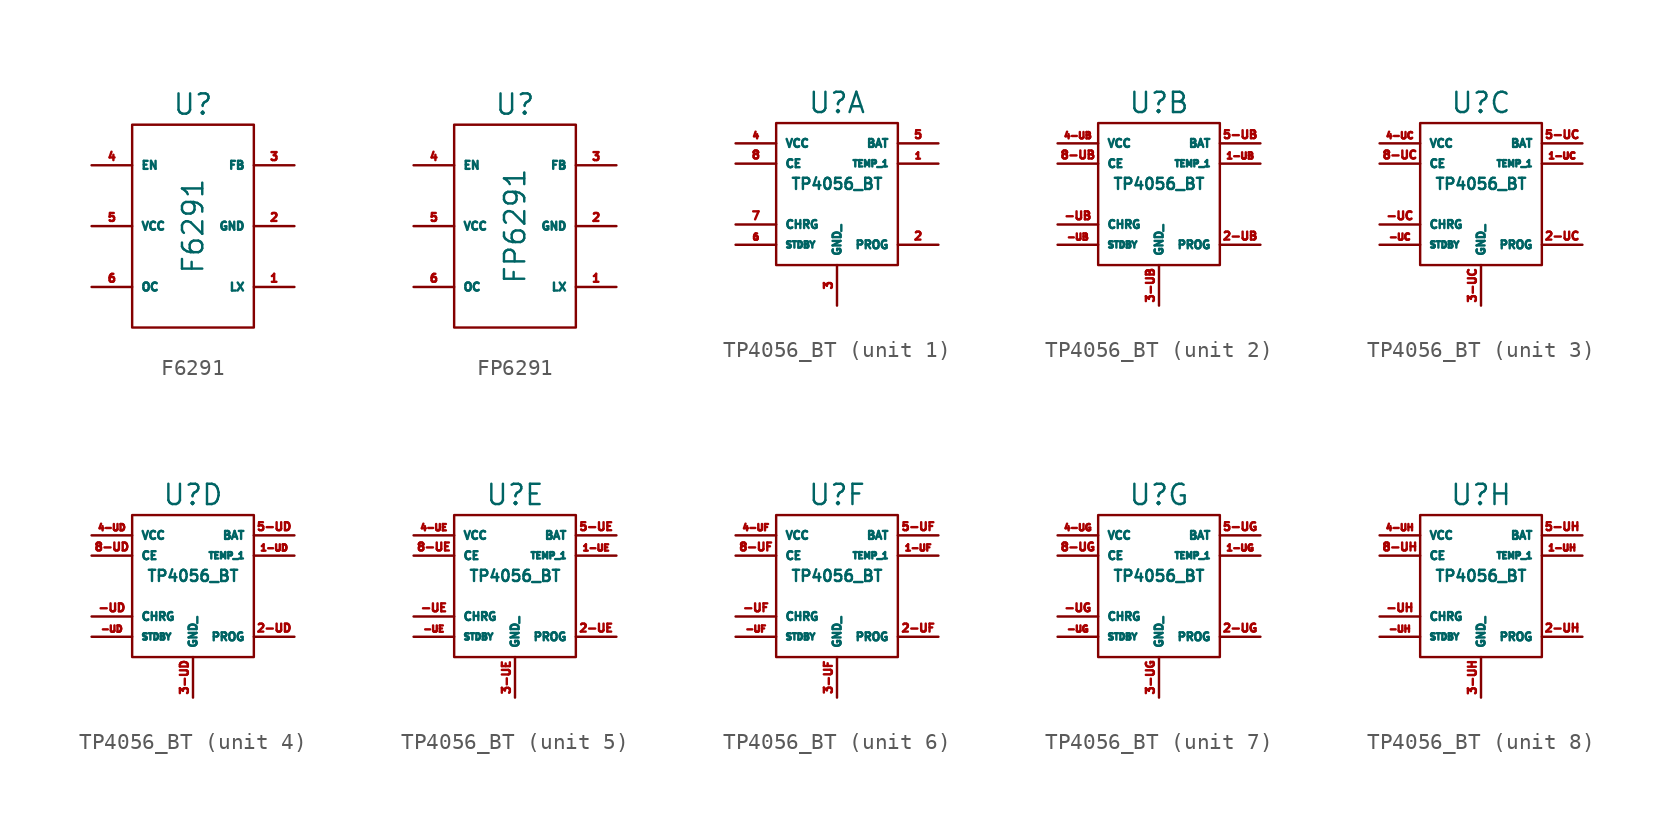
<source format=kicad_sym>
(kicad_symbol_lib
  (version 20210619)
  (generator kicad_symbol_editor)
  (symbol "TP4056:F6291"
    (property "Reference" "U"
      (at 0 7.62 0)
      (effects (font (size 1.27 1.27))))
    (property "Value" "F6291"
      (at 0 0 90)
      (effects (font (size 1.27 1.27))))
    (symbol "F6291_0_1"
      (rectangle (start -3.81 6.35) (end 3.81 -6.35) (stroke (width 0.152)) (fill (type none))))
    (symbol "F6291_1_0"
      (pin output line (at 6.35 -3.81 180) (length 2.54) (name "LX" (effects (font (size 0.5 0.5)))) (number "1" (effects (font (size 0.5 0.5)))))
      (pin output line (at 6.35 0 180) (length 2.54) (name "GND" (effects (font (size 0.5 0.5)))) (number "2" (effects (font (size 0.5 0.5)))))
      (pin input line (at 6.35 3.81 180) (length 2.54) (name "FB" (effects (font (size 0.5 0.5)))) (number "3" (effects (font (size 0.5 0.5)))))
      (pin input line (at -6.35 3.81 0) (length 2.54) (name "EN" (effects (font (size 0.5 0.5)))) (number "4" (effects (font (size 0.5 0.5)))))
      (pin input line (at -6.35 0 0) (length 2.54) (name "VCC" (effects (font (size 0.5 0.5)))) (number "5" (effects (font (size 0.5 0.5)))))
      (pin input line (at -6.35 -3.81 0) (length 2.54) (name "OC" (effects (font (size 0.5 0.5)))) (number "6" (effects (font (size 0.5 0.5)))))))
  (symbol "TP4056:FP6291"
    (property "Reference" "U"
      (at 0 7.62 0)
      (effects (font (size 1.27 1.27))))
    (property "Value" "FP6291"
      (at 0 0 90)
      (effects (font (size 1.27 1.27))))
    (symbol "FP6291_0_1"
      (rectangle (start -3.81 6.35) (end 3.81 -6.35) (stroke (width 0.152)) (fill (type none))))
    (symbol "FP6291_1_0"
      (pin output line (at 6.35 -3.81 180) (length 2.54) (name "LX" (effects (font (size 0.5 0.5)))) (number "1" (effects (font (size 0.5 0.5)))))
      (pin output line (at 6.35 0 180) (length 2.54) (name "GND" (effects (font (size 0.5 0.5)))) (number "2" (effects (font (size 0.5 0.5)))))
      (pin input line (at 6.35 3.81 180) (length 2.54) (name "FB" (effects (font (size 0.5 0.5)))) (number "3" (effects (font (size 0.5 0.5)))))
      (pin input line (at -6.35 3.81 0) (length 2.54) (name "EN" (effects (font (size 0.5 0.5)))) (number "4" (effects (font (size 0.5 0.5)))))
      (pin input line (at -6.35 0 0) (length 2.54) (name "VCC" (effects (font (size 0.5 0.5)))) (number "5" (effects (font (size 0.5 0.5)))))
      (pin input line (at -6.35 -3.81 0) (length 2.54) (name "OC" (effects (font (size 0.5 0.5)))) (number "6" (effects (font (size 0.5 0.5)))))))
  (symbol "TP4056:TP4056_BT"
    (property "Reference" "U"
      (at 0 6.35 0)
      (effects (font (size 1.27 1.27))))
    (property "Value" "TP4056_BT"
      (at 0 1.27 0)
      (effects (font (size 0.7 0.7))))
    (symbol "TP4056_BT_0_1"
      (rectangle (start -3.81 5.08) (end 3.81 -3.81) (stroke (width 0.152)) (fill (type none)))
      (rectangle (start -2.54 2.54) (end -2.54 2.54) (stroke (width 0.152)) (fill (type none))))
    (symbol "TP4056_BT_1_0"
      (pin input line (at 6.35 -2.54 180) (length 2.54) (name "PROG" (effects (font (size 0.5 0.5)))) (number "2" (effects (font (size 0.5 0.5)))))
      (pin output line (at 0 -6.35 90) (length 2.54) (name "GND_" (effects (font (size 0.5 0.5)))) (number "3" (effects (font (size 0.5 0.5)))))
      (pin output line (at 6.35 3.81 180) (length 2.54) (name "BAT" (effects (font (size 0.5 0.5)))) (number "5" (effects (font (size 0.5 0.5)))))
      (pin output line (at -6.35 -1.27 0) (length 2.54) (name "CHRG" (effects (font (size 0.5 0.5)))) (number "7" (effects (font (size 0.5 0.5)))))
      (pin input line (at -6.35 2.54 0) (length 2.54) (name "CE" (effects (font (size 0.5 0.5)))) (number "8" (effects (font (size 0.5 0.5))))))
    (symbol "TP4056_BT_1_1"
      (pin input line (at 6.35 2.54 180) (length 2.54) (name "TEMP_1" (effects (font (size 0.4 0.4)))) (number "1" (effects (font (size 0.4 0.4)))))
      (pin input line (at -6.35 3.81 0) (length 2.54) (name "VCC" (effects (font (size 0.5 0.5)))) (number "4" (effects (font (size 0.4 0.4)))))
      (pin output line (at -6.35 -2.54 0) (length 2.54) (name "STDBY" (effects (font (size 0.4 0.4)))) (number "6" (effects (font (size 0.4 0.4))))))
    (symbol "TP4056_BT_2_0"
      (pin output line (at -6.35 -1.27 0) (length 2.54) (name "CHRG" (effects (font (size 0.5 0.5)))) (number "-UB" (effects (font (size 0.5 0.5)))))
      (pin input line (at 6.35 -2.54 180) (length 2.54) (name "PROG" (effects (font (size 0.5 0.5)))) (number "2-UB" (effects (font (size 0.5 0.5)))))
      (pin output line (at 0 -6.35 90) (length 2.54) (name "GND_" (effects (font (size 0.5 0.5)))) (number "3-UB" (effects (font (size 0.5 0.5)))))
      (pin output line (at 6.35 3.81 180) (length 2.54) (name "BAT" (effects (font (size 0.5 0.5)))) (number "5-UB" (effects (font (size 0.5 0.5)))))
      (pin input line (at -6.35 2.54 0) (length 2.54) (name "CE" (effects (font (size 0.5 0.5)))) (number "8-UB" (effects (font (size 0.5 0.5))))))
    (symbol "TP4056_BT_2_1"
      (pin output line (at -6.35 -2.54 0) (length 2.54) (name "STDBY" (effects (font (size 0.4 0.4)))) (number "-UB" (effects (font (size 0.4 0.4)))))
      (pin input line (at 6.35 2.54 180) (length 2.54) (name "TEMP_1" (effects (font (size 0.4 0.4)))) (number "1-UB" (effects (font (size 0.4 0.4)))))
      (pin input line (at -6.35 3.81 0) (length 2.54) (name "VCC" (effects (font (size 0.5 0.5)))) (number "4-UB" (effects (font (size 0.4 0.4))))))
    (symbol "TP4056_BT_3_0"
      (pin output line (at -6.35 -1.27 0) (length 2.54) (name "CHRG" (effects (font (size 0.5 0.5)))) (number "-UC" (effects (font (size 0.5 0.5)))))
      (pin input line (at 6.35 -2.54 180) (length 2.54) (name "PROG" (effects (font (size 0.5 0.5)))) (number "2-UC" (effects (font (size 0.5 0.5)))))
      (pin output line (at 0 -6.35 90) (length 2.54) (name "GND_" (effects (font (size 0.5 0.5)))) (number "3-UC" (effects (font (size 0.5 0.5)))))
      (pin output line (at 6.35 3.81 180) (length 2.54) (name "BAT" (effects (font (size 0.5 0.5)))) (number "5-UC" (effects (font (size 0.5 0.5)))))
      (pin input line (at -6.35 2.54 0) (length 2.54) (name "CE" (effects (font (size 0.5 0.5)))) (number "8-UC" (effects (font (size 0.5 0.5))))))
    (symbol "TP4056_BT_3_1"
      (pin output line (at -6.35 -2.54 0) (length 2.54) (name "STDBY" (effects (font (size 0.4 0.4)))) (number "-UC" (effects (font (size 0.4 0.4)))))
      (pin input line (at 6.35 2.54 180) (length 2.54) (name "TEMP_1" (effects (font (size 0.4 0.4)))) (number "1-UC" (effects (font (size 0.4 0.4)))))
      (pin input line (at -6.35 3.81 0) (length 2.54) (name "VCC" (effects (font (size 0.5 0.5)))) (number "4-UC" (effects (font (size 0.4 0.4))))))
    (symbol "TP4056_BT_4_0"
      (pin output line (at -6.35 -1.27 0) (length 2.54) (name "CHRG" (effects (font (size 0.5 0.5)))) (number "-UD" (effects (font (size 0.5 0.5)))))
      (pin input line (at 6.35 -2.54 180) (length 2.54) (name "PROG" (effects (font (size 0.5 0.5)))) (number "2-UD" (effects (font (size 0.5 0.5)))))
      (pin output line (at 0 -6.35 90) (length 2.54) (name "GND_" (effects (font (size 0.5 0.5)))) (number "3-UD" (effects (font (size 0.5 0.5)))))
      (pin output line (at 6.35 3.81 180) (length 2.54) (name "BAT" (effects (font (size 0.5 0.5)))) (number "5-UD" (effects (font (size 0.5 0.5)))))
      (pin input line (at -6.35 2.54 0) (length 2.54) (name "CE" (effects (font (size 0.5 0.5)))) (number "8-UD" (effects (font (size 0.5 0.5))))))
    (symbol "TP4056_BT_4_1"
      (pin output line (at -6.35 -2.54 0) (length 2.54) (name "STDBY" (effects (font (size 0.4 0.4)))) (number "-UD" (effects (font (size 0.4 0.4)))))
      (pin input line (at 6.35 2.54 180) (length 2.54) (name "TEMP_1" (effects (font (size 0.4 0.4)))) (number "1-UD" (effects (font (size 0.4 0.4)))))
      (pin input line (at -6.35 3.81 0) (length 2.54) (name "VCC" (effects (font (size 0.5 0.5)))) (number "4-UD" (effects (font (size 0.4 0.4))))))
    (symbol "TP4056_BT_5_0"
      (pin output line (at -6.35 -1.27 0) (length 2.54) (name "CHRG" (effects (font (size 0.5 0.5)))) (number "-UE" (effects (font (size 0.5 0.5)))))
      (pin input line (at 6.35 -2.54 180) (length 2.54) (name "PROG" (effects (font (size 0.5 0.5)))) (number "2-UE" (effects (font (size 0.5 0.5)))))
      (pin output line (at 0 -6.35 90) (length 2.54) (name "GND_" (effects (font (size 0.5 0.5)))) (number "3-UE" (effects (font (size 0.5 0.5)))))
      (pin output line (at 6.35 3.81 180) (length 2.54) (name "BAT" (effects (font (size 0.5 0.5)))) (number "5-UE" (effects (font (size 0.5 0.5)))))
      (pin input line (at -6.35 2.54 0) (length 2.54) (name "CE" (effects (font (size 0.5 0.5)))) (number "8-UE" (effects (font (size 0.5 0.5))))))
    (symbol "TP4056_BT_5_1"
      (pin output line (at -6.35 -2.54 0) (length 2.54) (name "STDBY" (effects (font (size 0.4 0.4)))) (number "-UE" (effects (font (size 0.4 0.4)))))
      (pin input line (at 6.35 2.54 180) (length 2.54) (name "TEMP_1" (effects (font (size 0.4 0.4)))) (number "1-UE" (effects (font (size 0.4 0.4)))))
      (pin input line (at -6.35 3.81 0) (length 2.54) (name "VCC" (effects (font (size 0.5 0.5)))) (number "4-UE" (effects (font (size 0.4 0.4))))))
    (symbol "TP4056_BT_6_0"
      (pin output line (at -6.35 -1.27 0) (length 2.54) (name "CHRG" (effects (font (size 0.5 0.5)))) (number "-UF" (effects (font (size 0.5 0.5)))))
      (pin input line (at 6.35 -2.54 180) (length 2.54) (name "PROG" (effects (font (size 0.5 0.5)))) (number "2-UF" (effects (font (size 0.5 0.5)))))
      (pin output line (at 0 -6.35 90) (length 2.54) (name "GND_" (effects (font (size 0.5 0.5)))) (number "3-UF" (effects (font (size 0.5 0.5)))))
      (pin output line (at 6.35 3.81 180) (length 2.54) (name "BAT" (effects (font (size 0.5 0.5)))) (number "5-UF" (effects (font (size 0.5 0.5)))))
      (pin input line (at -6.35 2.54 0) (length 2.54) (name "CE" (effects (font (size 0.5 0.5)))) (number "8-UF" (effects (font (size 0.5 0.5))))))
    (symbol "TP4056_BT_6_1"
      (pin output line (at -6.35 -2.54 0) (length 2.54) (name "STDBY" (effects (font (size 0.4 0.4)))) (number "-UF" (effects (font (size 0.4 0.4)))))
      (pin input line (at 6.35 2.54 180) (length 2.54) (name "TEMP_1" (effects (font (size 0.4 0.4)))) (number "1-UF" (effects (font (size 0.4 0.4)))))
      (pin input line (at -6.35 3.81 0) (length 2.54) (name "VCC" (effects (font (size 0.5 0.5)))) (number "4-UF" (effects (font (size 0.4 0.4))))))
    (symbol "TP4056_BT_7_0"
      (pin output line (at -6.35 -1.27 0) (length 2.54) (name "CHRG" (effects (font (size 0.5 0.5)))) (number "-UG" (effects (font (size 0.5 0.5)))))
      (pin input line (at 6.35 -2.54 180) (length 2.54) (name "PROG" (effects (font (size 0.5 0.5)))) (number "2-UG" (effects (font (size 0.5 0.5)))))
      (pin output line (at 0 -6.35 90) (length 2.54) (name "GND_" (effects (font (size 0.5 0.5)))) (number "3-UG" (effects (font (size 0.5 0.5)))))
      (pin output line (at 6.35 3.81 180) (length 2.54) (name "BAT" (effects (font (size 0.5 0.5)))) (number "5-UG" (effects (font (size 0.5 0.5)))))
      (pin input line (at -6.35 2.54 0) (length 2.54) (name "CE" (effects (font (size 0.5 0.5)))) (number "8-UG" (effects (font (size 0.5 0.5))))))
    (symbol "TP4056_BT_7_1"
      (pin output line (at -6.35 -2.54 0) (length 2.54) (name "STDBY" (effects (font (size 0.4 0.4)))) (number "-UG" (effects (font (size 0.4 0.4)))))
      (pin input line (at 6.35 2.54 180) (length 2.54) (name "TEMP_1" (effects (font (size 0.4 0.4)))) (number "1-UG" (effects (font (size 0.4 0.4)))))
      (pin input line (at -6.35 3.81 0) (length 2.54) (name "VCC" (effects (font (size 0.5 0.5)))) (number "4-UG" (effects (font (size 0.4 0.4))))))
    (symbol "TP4056_BT_8_0"
      (pin output line (at -6.35 -1.27 0) (length 2.54) (name "CHRG" (effects (font (size 0.5 0.5)))) (number "-UH" (effects (font (size 0.5 0.5)))))
      (pin input line (at 6.35 -2.54 180) (length 2.54) (name "PROG" (effects (font (size 0.5 0.5)))) (number "2-UH" (effects (font (size 0.5 0.5)))))
      (pin output line (at 0 -6.35 90) (length 2.54) (name "GND_" (effects (font (size 0.5 0.5)))) (number "3-UH" (effects (font (size 0.5 0.5)))))
      (pin output line (at 6.35 3.81 180) (length 2.54) (name "BAT" (effects (font (size 0.5 0.5)))) (number "5-UH" (effects (font (size 0.5 0.5)))))
      (pin input line (at -6.35 2.54 0) (length 2.54) (name "CE" (effects (font (size 0.5 0.5)))) (number "8-UH" (effects (font (size 0.5 0.5))))))
    (symbol "TP4056_BT_8_1"
      (pin output line (at -6.35 -2.54 0) (length 2.54) (name "STDBY" (effects (font (size 0.4 0.4)))) (number "-UH" (effects (font (size 0.4 0.4)))))
      (pin input line (at 6.35 2.54 180) (length 2.54) (name "TEMP_1" (effects (font (size 0.4 0.4)))) (number "1-UH" (effects (font (size 0.4 0.4)))))
      (pin input line (at -6.35 3.81 0) (length 2.54) (name "VCC" (effects (font (size 0.5 0.5)))) (number "4-UH" (effects (font (size 0.4 0.4))))))))
</source>
